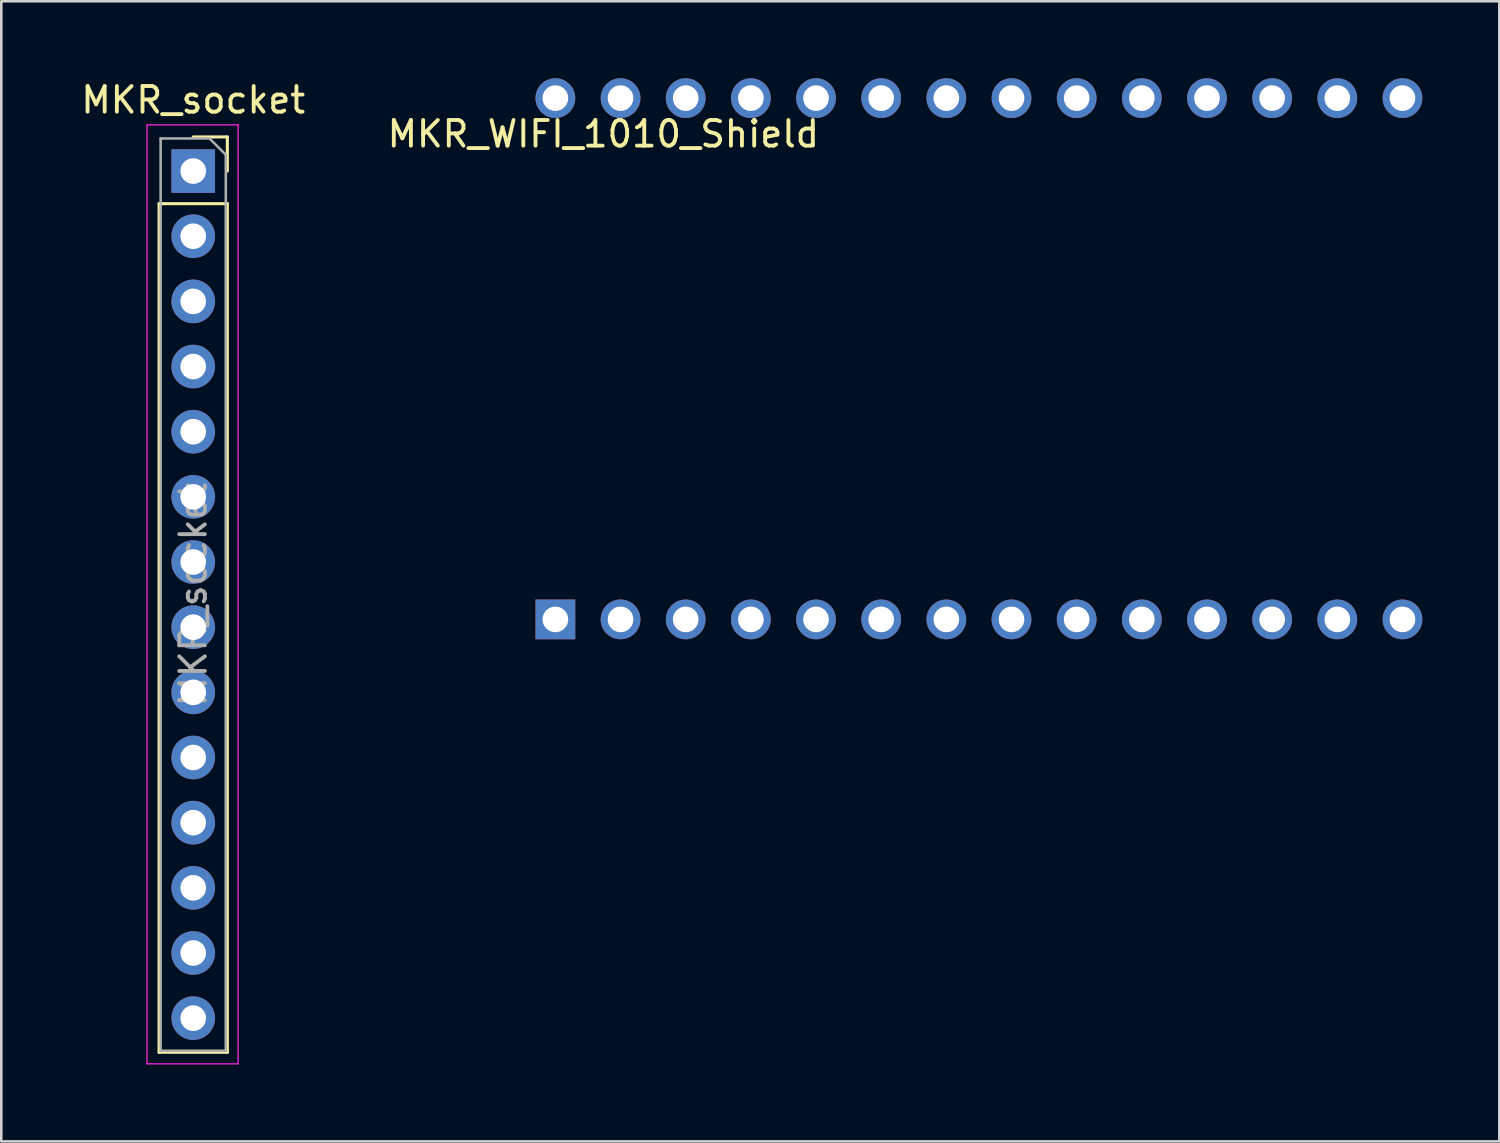
<source format=kicad_pcb>
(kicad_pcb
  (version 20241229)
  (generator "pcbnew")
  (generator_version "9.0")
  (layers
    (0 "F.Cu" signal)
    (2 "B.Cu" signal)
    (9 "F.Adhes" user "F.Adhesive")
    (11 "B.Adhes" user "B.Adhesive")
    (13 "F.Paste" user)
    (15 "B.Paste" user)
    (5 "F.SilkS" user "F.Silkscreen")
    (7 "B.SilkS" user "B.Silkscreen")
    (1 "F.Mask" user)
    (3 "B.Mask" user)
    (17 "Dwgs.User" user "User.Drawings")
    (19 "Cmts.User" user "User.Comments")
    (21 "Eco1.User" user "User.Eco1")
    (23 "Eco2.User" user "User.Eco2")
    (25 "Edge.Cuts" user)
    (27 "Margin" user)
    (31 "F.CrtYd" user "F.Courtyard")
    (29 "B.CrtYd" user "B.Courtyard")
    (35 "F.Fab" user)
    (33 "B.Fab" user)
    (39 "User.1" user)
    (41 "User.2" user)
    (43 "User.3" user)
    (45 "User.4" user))
  (footprint "MKR_socket"
    (layer "F.Cu")
    (at 4.482 3.618)
    (property "Reference" "MKR_socket" (at 0 -2.77 0) (layer "F.SilkS") (effects (font (size 1 1) (thickness 0.15))))
    (attr through_hole)
    (fp_line (start -1.33 1.27) (end -1.33 34.35) (stroke (width 0.12) (type solid)) (layer "F.SilkS"))
    (fp_line (start -1.33 1.27) (end 1.33 1.27) (stroke (width 0.12) (type solid)) (layer "F.SilkS"))
    (fp_line (start -1.33 34.35) (end 1.33 34.35) (stroke (width 0.12) (type solid)) (layer "F.SilkS"))
    (fp_line (start 0 -1.33) (end 1.33 -1.33) (stroke (width 0.12) (type solid)) (layer "F.SilkS"))
    (fp_line (start 1.33 -1.33) (end 1.33 0) (stroke (width 0.12) (type solid)) (layer "F.SilkS"))
    (fp_line (start 1.33 1.27) (end 1.33 34.35) (stroke (width 0.12) (type solid)) (layer "F.SilkS"))
    (fp_line (start -1.8 -1.8) (end 1.75 -1.8) (stroke (width 0.05) (type solid)) (layer "F.CrtYd"))
    (fp_line (start -1.8 34.8) (end -1.8 -1.8) (stroke (width 0.05) (type solid)) (layer "F.CrtYd"))
    (fp_line (start 1.75 -1.8) (end 1.75 34.8) (stroke (width 0.05) (type solid)) (layer "F.CrtYd"))
    (fp_line (start 1.75 34.8) (end -1.8 34.8) (stroke (width 0.05) (type solid)) (layer "F.CrtYd"))
    (fp_line (start -1.27 -1.27) (end 0.635 -1.27) (stroke (width 0.1) (type solid)) (layer "F.Fab"))
    (fp_line (start -1.27 34.29) (end -1.27 -1.27) (stroke (width 0.1) (type solid)) (layer "F.Fab"))
    (fp_line (start 0.635 -1.27) (end 1.27 -0.635) (stroke (width 0.1) (type solid)) (layer "F.Fab"))
    (fp_line (start 1.27 -0.635) (end 1.27 34.29) (stroke (width 0.1) (type solid)) (layer "F.Fab"))
    (fp_line (start 1.27 34.29) (end -1.27 34.29) (stroke (width 0.1) (type solid)) (layer "F.Fab"))
    (fp_text user "${REFERENCE}" (at 0 16.51 90) (layer "F.Fab") (effects (font (size 1 1) (thickness 0.15))))
    (pad "1" thru_hole rect (at 0 0) (size 1.7 1.7) (drill 1) (layers "*.Cu" "*.Mask"))
    (pad "2" thru_hole oval (at 0 2.54) (size 1.7 1.7) (drill 1) (layers "*.Cu" "*.Mask"))
    (pad "3" thru_hole oval (at 0 5.08) (size 1.7 1.7) (drill 1) (layers "*.Cu" "*.Mask"))
    (pad "4" thru_hole oval (at 0 7.62) (size 1.7 1.7) (drill 1) (layers "*.Cu" "*.Mask"))
    (pad "5" thru_hole oval (at 0 10.16) (size 1.7 1.7) (drill 1) (layers "*.Cu" "*.Mask"))
    (pad "6" thru_hole oval (at 0 12.7) (size 1.7 1.7) (drill 1) (layers "*.Cu" "*.Mask"))
    (pad "7" thru_hole oval (at 0 15.24) (size 1.7 1.7) (drill 1) (layers "*.Cu" "*.Mask"))
    (pad "8" thru_hole oval (at 0 17.78) (size 1.7 1.7) (drill 1) (layers "*.Cu" "*.Mask"))
    (pad "9" thru_hole oval (at 0 20.32) (size 1.7 1.7) (drill 1) (layers "*.Cu" "*.Mask"))
    (pad "10" thru_hole oval (at 0 22.86) (size 1.7 1.7) (drill 1) (layers "*.Cu" "*.Mask"))
    (pad "11" thru_hole oval (at 0 25.4) (size 1.7 1.7) (drill 1) (layers "*.Cu" "*.Mask"))
    (pad "12" thru_hole oval (at 0 27.94) (size 1.7 1.7) (drill 1) (layers "*.Cu" "*.Mask"))
    (pad "13" thru_hole oval (at 0 30.48) (size 1.7 1.7) (drill 1) (layers "*.Cu" "*.Mask"))
    (pad "14" thru_hole oval (at 0 33.02) (size 1.7 1.7) (drill 1) (layers "*.Cu" "*.Mask")))
  (footprint "MKR_WIFI_1010_Shield"
    (layer "F.Cu")
    (at 26.569 10.935)
    (property "Reference" "MKR_WIFI_1010_Shield" (at -14.605 -8.763 180) (layer "F.SilkS") (effects (font (size 1 1) (thickness 0.15)) (justify left)))
    (attr through_hole)
    (pad "1" thru_hole rect (at -7.97 10.16) (size 1.55 1.55) (drill 1) (layers "*.Cu"))
    (pad "2" thru_hole circle (at -5.43 10.16) (size 1.55 1.55) (drill 1) (layers "*.Cu"))
    (pad "3" thru_hole circle (at -2.89 10.16) (size 1.55 1.55) (drill 1) (layers "*.Cu"))
    (pad "4" thru_hole circle (at -0.35 10.16) (size 1.55 1.55) (drill 1) (layers "*.Cu"))
    (pad "5" thru_hole circle (at 2.19 10.16) (size 1.55 1.55) (drill 1) (layers "*.Cu"))
    (pad "6" thru_hole circle (at 4.73 10.16) (size 1.55 1.55) (drill 1) (layers "*.Cu"))
    (pad "7" thru_hole circle (at 7.27 10.16) (size 1.55 1.55) (drill 1) (layers "*.Cu"))
    (pad "8" thru_hole circle (at 9.81 10.16) (size 1.55 1.55) (drill 1) (layers "*.Cu"))
    (pad "9" thru_hole circle (at 12.35 10.16) (size 1.55 1.55) (drill 1) (layers "*.Cu"))
    (pad "10" thru_hole circle (at 14.89 10.16) (size 1.55 1.55) (drill 1) (layers "*.Cu"))
    (pad "11" thru_hole circle (at 17.43 10.16) (size 1.55 1.55) (drill 1) (layers "*.Cu"))
    (pad "12" thru_hole circle (at 19.97 10.16) (size 1.55 1.55) (drill 1) (layers "*.Cu"))
    (pad "13" thru_hole circle (at 22.51 10.16) (size 1.55 1.55) (drill 1) (layers "*.Cu"))
    (pad "14" thru_hole circle (at 25.05 10.16) (size 1.55 1.55) (drill 1) (layers "*.Cu"))
    (pad "15" thru_hole circle (at 25.05 -10.16) (size 1.55 1.55) (drill 1) (layers "*.Cu"))
    (pad "16" thru_hole circle (at 22.51 -10.16) (size 1.55 1.55) (drill 1) (layers "*.Cu"))
    (pad "17" thru_hole circle (at 19.97 -10.16) (size 1.55 1.55) (drill 1) (layers "*.Cu"))
    (pad "18" thru_hole circle (at 17.43 -10.16) (size 1.55 1.55) (drill 1) (layers "*.Cu"))
    (pad "19" thru_hole circle (at 14.89 -10.16) (size 1.55 1.55) (drill 1) (layers "*.Cu"))
    (pad "20" thru_hole circle (at 12.35 -10.16) (size 1.55 1.55) (drill 1) (layers "*.Cu"))
    (pad "21" thru_hole circle (at 9.81 -10.16) (size 1.55 1.55) (drill 1) (layers "*.Cu"))
    (pad "22" thru_hole circle (at 7.27 -10.16) (size 1.55 1.55) (drill 1) (layers "*.Cu"))
    (pad "23" thru_hole circle (at 4.73 -10.16) (size 1.55 1.55) (drill 1) (layers "*.Cu"))
    (pad "24" thru_hole circle (at 2.19 -10.16) (size 1.55 1.55) (drill 1) (layers "*.Cu"))
    (pad "25" thru_hole circle (at -0.35 -10.16) (size 1.55 1.55) (drill 1) (layers "*.Cu"))
    (pad "26" thru_hole circle (at -2.89 -10.16) (size 1.55 1.55) (drill 1) (layers "*.Cu"))
    (pad "27" thru_hole circle (at -5.43 -10.16) (size 1.55 1.55) (drill 1) (layers "*.Cu"))
    (pad "28" thru_hole circle (at -7.97 -10.16) (size 1.55 1.55) (drill 1) (layers "*.Cu")))
  (gr_rect
    (start -3 -3)
    (end 55.394 41.443)
    (stroke (width 0.1) (type default))
    (fill no)
    (layer "Edge.Cuts")))
</source>
